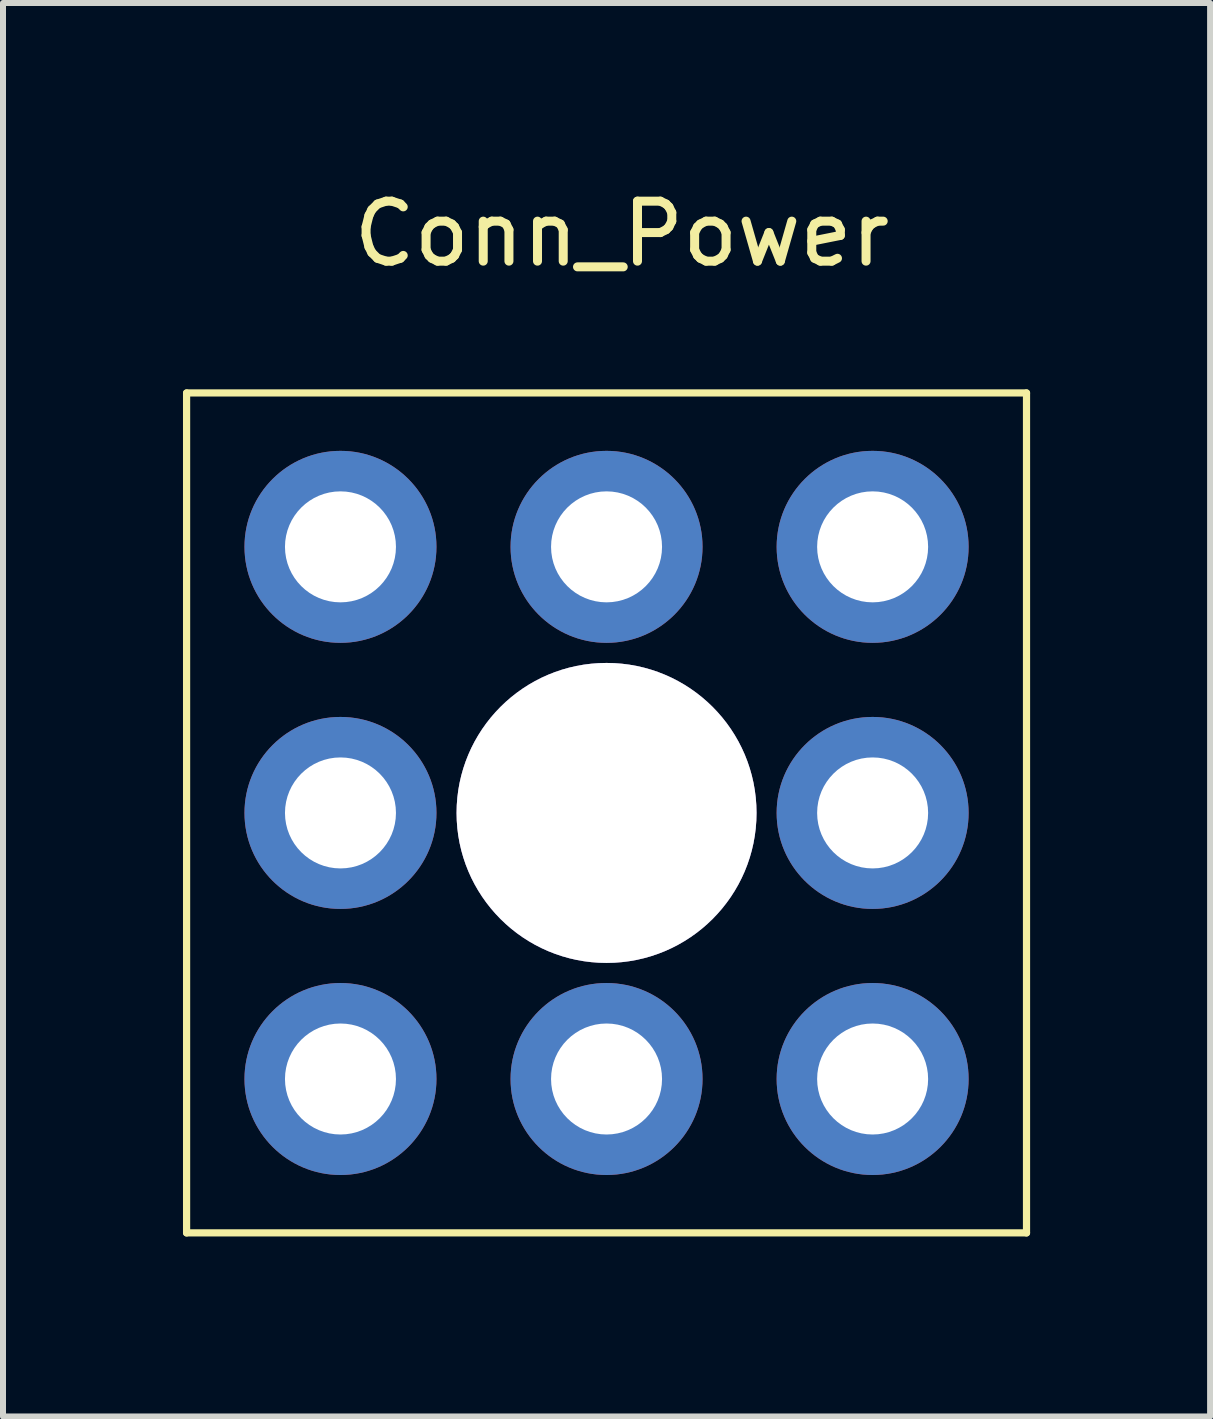
<source format=kicad_pcb>
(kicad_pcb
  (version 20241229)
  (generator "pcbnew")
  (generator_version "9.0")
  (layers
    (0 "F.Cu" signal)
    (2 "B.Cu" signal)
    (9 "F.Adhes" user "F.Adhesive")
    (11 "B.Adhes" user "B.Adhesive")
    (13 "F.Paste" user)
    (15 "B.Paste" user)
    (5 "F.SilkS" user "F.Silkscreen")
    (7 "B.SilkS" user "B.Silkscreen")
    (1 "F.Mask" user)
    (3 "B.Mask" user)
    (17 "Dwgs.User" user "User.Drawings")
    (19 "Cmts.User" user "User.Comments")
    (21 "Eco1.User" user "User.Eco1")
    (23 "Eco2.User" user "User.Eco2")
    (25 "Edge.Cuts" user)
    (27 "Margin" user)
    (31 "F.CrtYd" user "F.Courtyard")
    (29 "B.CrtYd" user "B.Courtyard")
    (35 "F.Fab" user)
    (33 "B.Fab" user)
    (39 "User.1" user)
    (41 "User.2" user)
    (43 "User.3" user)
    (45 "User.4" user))
  (footprint "Conn_Power"
    (layer "F.Cu")
    (at 7.06 10.5)
    (property "Reference" "Conn_Power" (at 0.254 -9.652 0) (layer "F.SilkS") (effects (font (size 1 1) (thickness 0.15))))
    (attr through_hole)
    (fp_line (start -7 -7) (end 7 -7) (stroke (width 0.12) (type solid)) (layer "F.SilkS"))
    (fp_line (start -7 7) (end -7 -7) (stroke (width 0.12) (type solid)) (layer "F.SilkS"))
    (fp_line (start 7 -7) (end 7 7) (stroke (width 0.12) (type solid)) (layer "F.SilkS"))
    (fp_line (start 7 7) (end -7 7) (stroke (width 0.12) (type solid)) (layer "F.SilkS"))
    (pad "1" thru_hole circle (at -4.435 -4.435) (size 3.2 3.2) (drill 1.85) (layers "*.Cu" "*.Mask"))
    (pad "1" thru_hole circle (at -4.435 0) (size 3.2 3.2) (drill 1.85) (layers "*.Cu" "*.Mask"))
    (pad "1" thru_hole circle (at -4.435 4.435) (size 3.2 3.2) (drill 1.85) (layers "*.Cu" "*.Mask"))
    (pad "1" thru_hole circle (at 0 -4.435) (size 3.2 3.2) (drill 1.85) (layers "*.Cu" "*.Mask"))
    (pad "1" thru_hole circle (at 0 4.435) (size 3.2 3.2) (drill 1.85) (layers "*.Cu" "*.Mask"))
    (pad "1" thru_hole circle (at 4.435 -4.435) (size 3.2 3.2) (drill 1.85) (layers "*.Cu" "*.Mask"))
    (pad "1" thru_hole circle (at 4.435 0) (size 3.2 3.2) (drill 1.85) (layers "*.Cu" "*.Mask"))
    (pad "1" thru_hole circle (at 4.435 4.435) (size 3.2 3.2) (drill 1.85) (layers "*.Cu" "*.Mask"))
    (pad "2" thru_hole circle (at 0 0) (size 5 5) (drill 5) (layers "*.Cu" "*.Mask")))
  (gr_rect
    (start -3 -3)
    (end 17.12 20.56)
    (stroke (width 0.1) (type default))
    (fill no)
    (layer "Edge.Cuts")))
</source>
